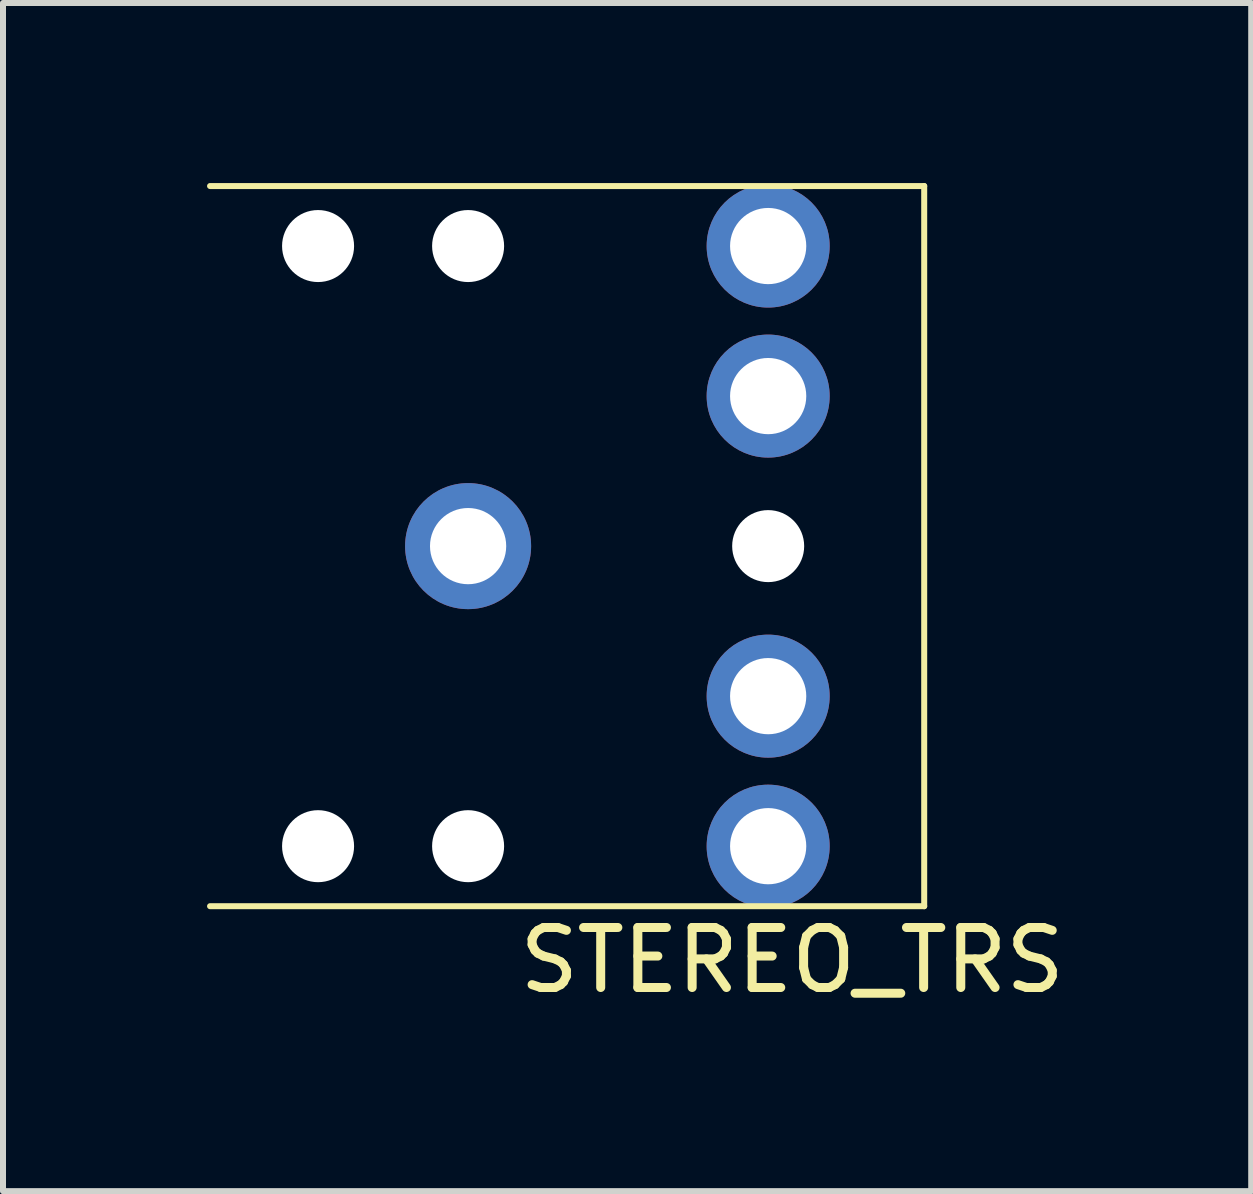
<source format=kicad_pcb>
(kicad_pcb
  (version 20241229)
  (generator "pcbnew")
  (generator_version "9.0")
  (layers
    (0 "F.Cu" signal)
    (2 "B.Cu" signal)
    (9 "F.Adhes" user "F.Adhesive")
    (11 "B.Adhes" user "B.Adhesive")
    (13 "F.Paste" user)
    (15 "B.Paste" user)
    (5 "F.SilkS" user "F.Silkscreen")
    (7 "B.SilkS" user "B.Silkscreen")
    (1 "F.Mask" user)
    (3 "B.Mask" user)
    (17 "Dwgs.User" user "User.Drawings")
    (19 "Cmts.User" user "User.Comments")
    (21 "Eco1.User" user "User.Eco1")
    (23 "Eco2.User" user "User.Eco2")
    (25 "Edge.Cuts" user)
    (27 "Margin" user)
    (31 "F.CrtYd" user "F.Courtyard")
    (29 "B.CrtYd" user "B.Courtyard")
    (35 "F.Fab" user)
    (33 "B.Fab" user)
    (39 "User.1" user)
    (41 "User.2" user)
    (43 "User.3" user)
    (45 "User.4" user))
  (footprint "STEREO_TRS"
    (layer "F.Cu")
    (at 0.25 6.05)
    (property "Reference" "STEREO_TRS" (at 9.9 6.9 0) (layer "F.SilkS") (effects (font (size 1 1) (thickness 0.15))))
    (attr through_hole)
    (fp_line (start 0.2 -6) (end 12.1 -6) (stroke (width 0.1) (type solid)) (layer "F.SilkS"))
    (fp_line (start 12.1 -6) (end 12.1 6) (stroke (width 0.1) (type solid)) (layer "F.SilkS"))
    (fp_line (start 12.1 6) (end 0.2 6) (stroke (width 0.1) (type solid)) (layer "F.SilkS"))
    (pad "" np_thru_hole circle (at 2 -5) (size 1.2 1.2) (drill 1.2) (layers "*.Cu" "*.Mask"))
    (pad "" np_thru_hole circle (at 2 5) (size 1.2 1.2) (drill 1.2) (layers "*.Cu" "*.Mask"))
    (pad "" np_thru_hole circle (at 4.5 -5) (size 1.2 1.2) (drill 1.2) (layers "*.Cu" "*.Mask"))
    (pad "" np_thru_hole circle (at 4.5 5) (size 1.2 1.2) (drill 1.2) (layers "*.Cu" "*.Mask"))
    (pad "" np_thru_hole circle (at 9.5 0) (size 1.2 1.2) (drill 1.2) (layers "*.Cu" "*.Mask"))
    (pad "R" thru_hole circle (at 9.5 -5) (size 2.05 2.05) (drill 1.27) (layers "*.Cu" "*.Mask"))
    (pad "RN" thru_hole circle (at 9.5 -2.5) (size 2.05 2.05) (drill 1.27) (layers "*.Cu" "*.Mask"))
    (pad "S" thru_hole circle (at 4.5 0) (size 2.1 2.1) (drill 1.27) (layers "*.Cu" "*.Mask"))
    (pad "T" thru_hole circle (at 9.5 5) (size 2.05 2.05) (drill 1.27) (layers "*.Cu" "*.Mask"))
    (pad "TN" thru_hole circle (at 9.5 2.5) (size 2.05 2.05) (drill 1.27) (layers "*.Cu" "*.Mask")))
  (gr_rect
    (start -3 -3)
    (end 17.799 16.798)
    (stroke (width 0.1) (type default))
    (fill no)
    (layer "Edge.Cuts")))
</source>
